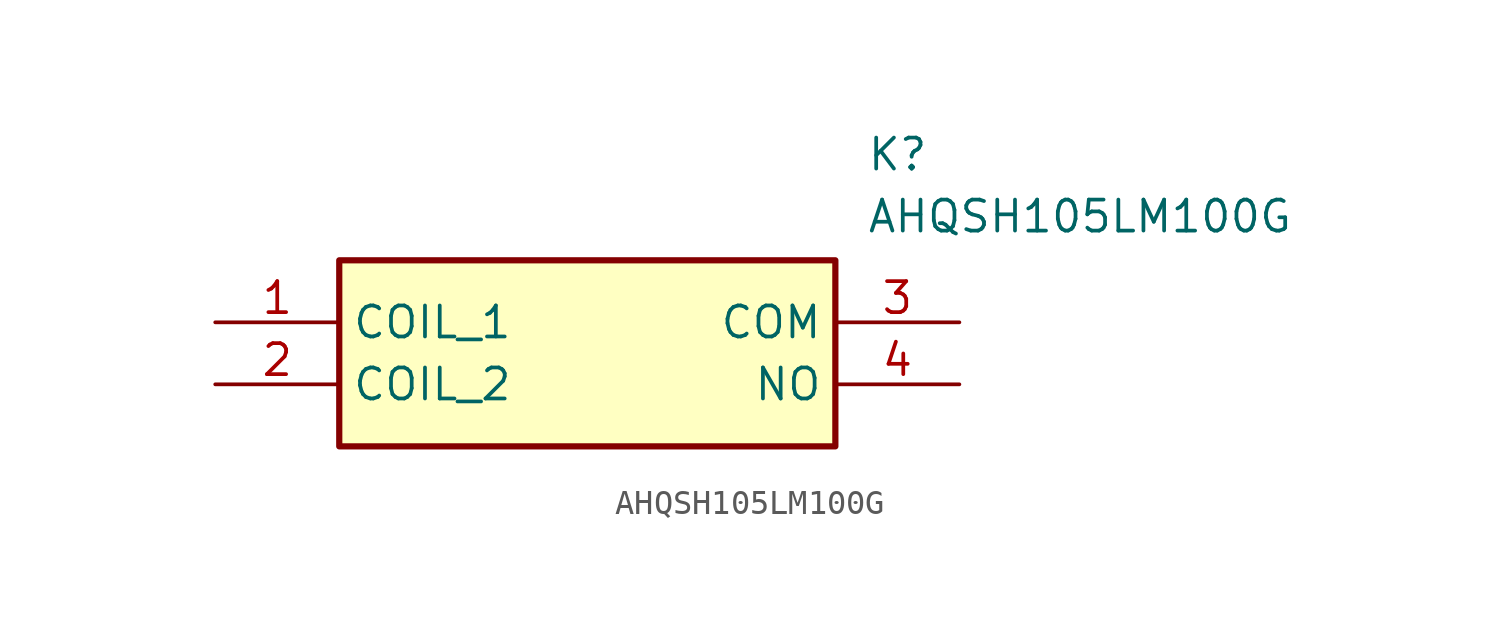
<source format=kicad_sym>
(kicad_symbol_lib
  (version 20241209)
  (generator "kicad_symbol_editor")
  (generator_version "9.0")
  (symbol "AHQSH105LM100G"
    (property "Reference" "K"
      (at 26.67 7.62 0)
      (effects (font (size 1.27 1.27)) (justify left top)))
    (property "Value" "AHQSH105LM100G"
      (at 26.67 5.08 0)
      (effects (font (size 1.27 1.27)) (justify left top)))
    (symbol "AHQSH105LM100G_1_1"
      (rectangle (start 5.08 2.54) (end 25.4 -5.08) (stroke (width 0.254) (type default)) (fill (type background)))
      (pin passive line (at 0 0 0) (length 5.08) (name "COIL_1" (effects (font (size 1.27 1.27)))) (number "1" (effects (font (size 1.27 1.27)))))
      (pin passive line (at 0 -2.54 0) (length 5.08) (name "COIL_2" (effects (font (size 1.27 1.27)))) (number "2" (effects (font (size 1.27 1.27)))))
      (pin passive line (at 30.48 0 180) (length 5.08) (name "COM" (effects (font (size 1.27 1.27)))) (number "3" (effects (font (size 1.27 1.27)))))
      (pin passive line (at 30.48 -2.54 180) (length 5.08) (name "NO" (effects (font (size 1.27 1.27)))) (number "4" (effects (font (size 1.27 1.27))))))))
</source>
